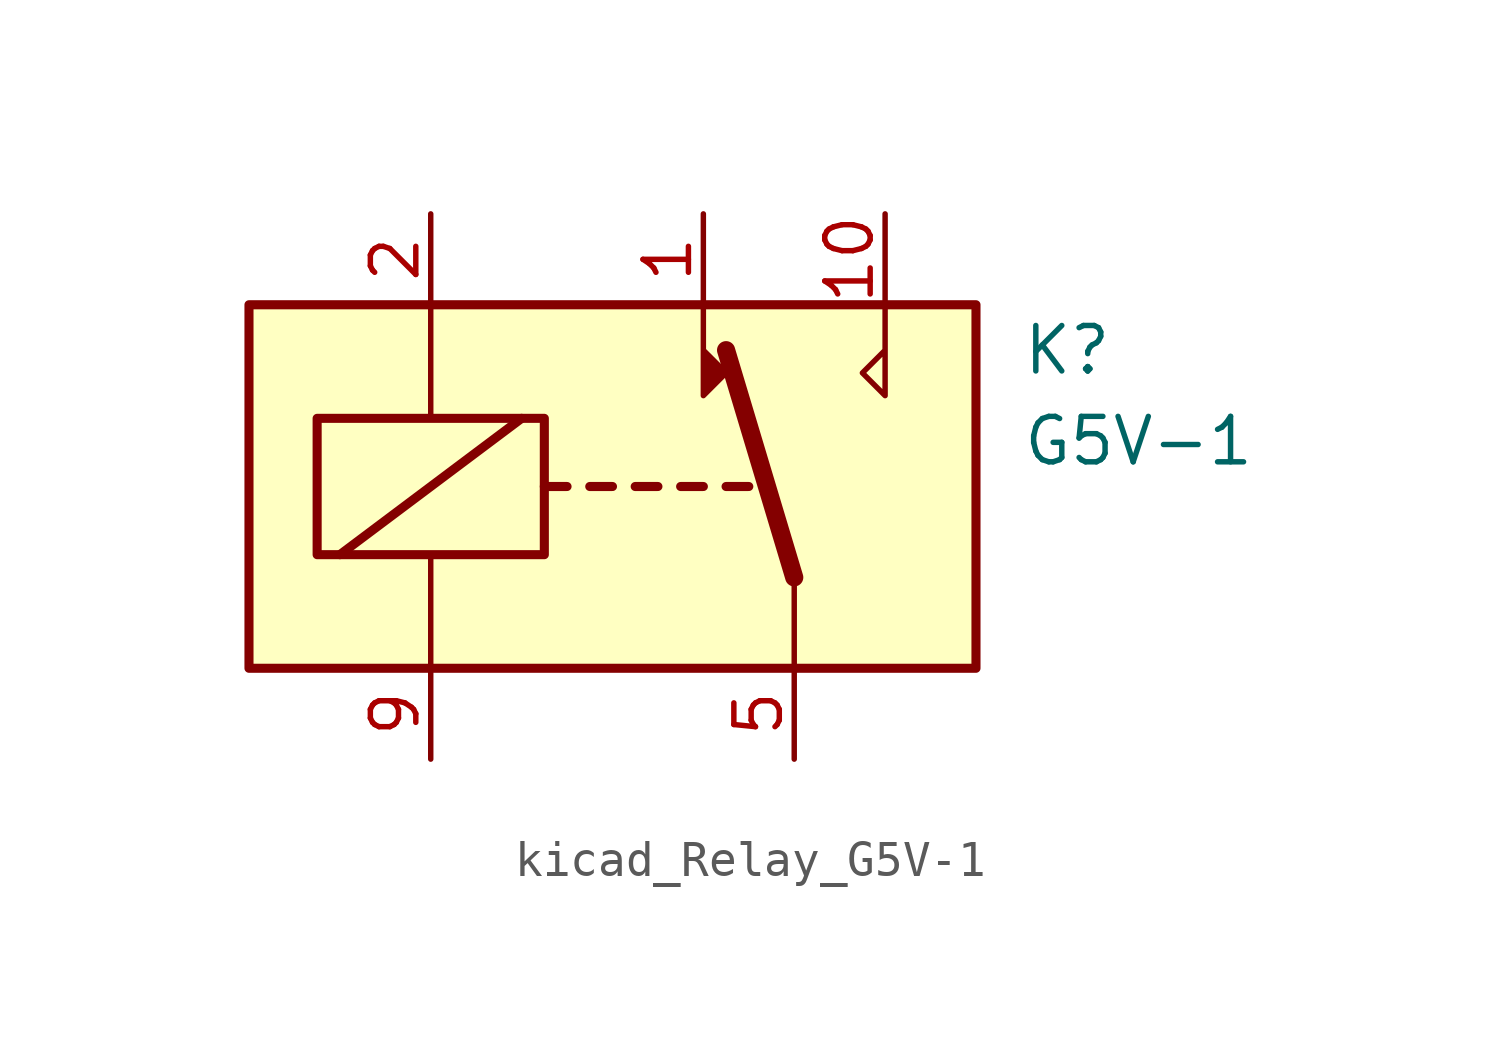
<source format=kicad_sym>
(kicad_symbol_lib
  (version 20220914)
  (generator kicad_symbol_editor)
  (symbol "kicad_Relay_G5V-1"
    (property "Reference" "K"
      (at 11.43 3.81 0)
      (effects (font (size 1.27 1.27)) (justify left)))
    (property "Value" "G5V-1"
      (at 11.43 1.27 0)
      (effects (font (size 1.27 1.27)) (justify left)))
    (symbol "kicad_Relay_G5V-1_0_0"
      (polyline (pts (xy 7.62 5.08) (xy 7.62 2.54) (xy 6.985 3.175) (xy 7.62 3.81)) (stroke (width 0) (type default)) (fill (type none))))
    (symbol "kicad_Relay_G5V-1_0_1"
      (rectangle (start -10.16 5.08) (end 10.16 -5.08) (stroke (width 0.254) (type default)) (fill (type background)))
      (rectangle (start -8.255 1.905) (end -1.905 -1.905) (stroke (width 0.254) (type default)) (fill (type none)))
      (polyline (pts (xy -7.62 -1.905) (xy -2.54 1.905)) (stroke (width 0.254) (type default)) (fill (type none)))
      (polyline (pts (xy -5.08 -5.08) (xy -5.08 -1.905)) (stroke (width 0) (type default)) (fill (type none)))
      (polyline (pts (xy -5.08 5.08) (xy -5.08 1.905)) (stroke (width 0) (type default)) (fill (type none)))
      (polyline (pts (xy -1.905 0) (xy -1.27 0)) (stroke (width 0.254) (type default)) (fill (type none)))
      (polyline (pts (xy -0.635 0) (xy 0 0)) (stroke (width 0.254) (type default)) (fill (type none)))
      (polyline (pts (xy 0.635 0) (xy 1.27 0)) (stroke (width 0.254) (type default)) (fill (type none)))
      (polyline (pts (xy 1.905 0) (xy 2.54 0)) (stroke (width 0.254) (type default)) (fill (type none)))
      (polyline (pts (xy 3.175 0) (xy 3.81 0)) (stroke (width 0.254) (type default)) (fill (type none)))
      (polyline (pts (xy 5.08 -2.54) (xy 3.175 3.81)) (stroke (width 0.508) (type default)) (fill (type none)))
      (polyline (pts (xy 5.08 -2.54) (xy 5.08 -5.08)) (stroke (width 0) (type default)) (fill (type none)))
      (polyline (pts (xy 2.54 5.08) (xy 2.54 2.54) (xy 3.175 3.175) (xy 2.54 3.81)) (stroke (width 0) (type default)) (fill (type outline))))
    (symbol "kicad_Relay_G5V-1_1_1"
      (pin passive line (at 2.54 7.62 270) (length 2.54) (name "~" (effects (font (size 1.27 1.27)))) (number "1" (effects (font (size 1.27 1.27)))))
      (pin passive line (at 7.62 7.62 270) (length 2.54) (name "~" (effects (font (size 1.27 1.27)))) (number "10" (effects (font (size 1.27 1.27)))))
      (pin passive line (at -5.08 7.62 270) (length 2.54) (name "~" (effects (font (size 1.27 1.27)))) (number "2" (effects (font (size 1.27 1.27)))))
      (pin passive line (at 5.08 -7.62 90) (length 2.54) (name "~" (effects (font (size 1.27 1.27)))) (number "5" (effects (font (size 1.27 1.27)))))
      (pin passive line (at 5.08 -7.62 90) (length 2.54) hide (name "~" (effects (font (size 1.27 1.27)))) (number "6" (effects (font (size 1.27 1.27)))))
      (pin passive line (at -5.08 -7.62 90) (length 2.54) (name "~" (effects (font (size 1.27 1.27)))) (number "9" (effects (font (size 1.27 1.27))))))))
</source>
